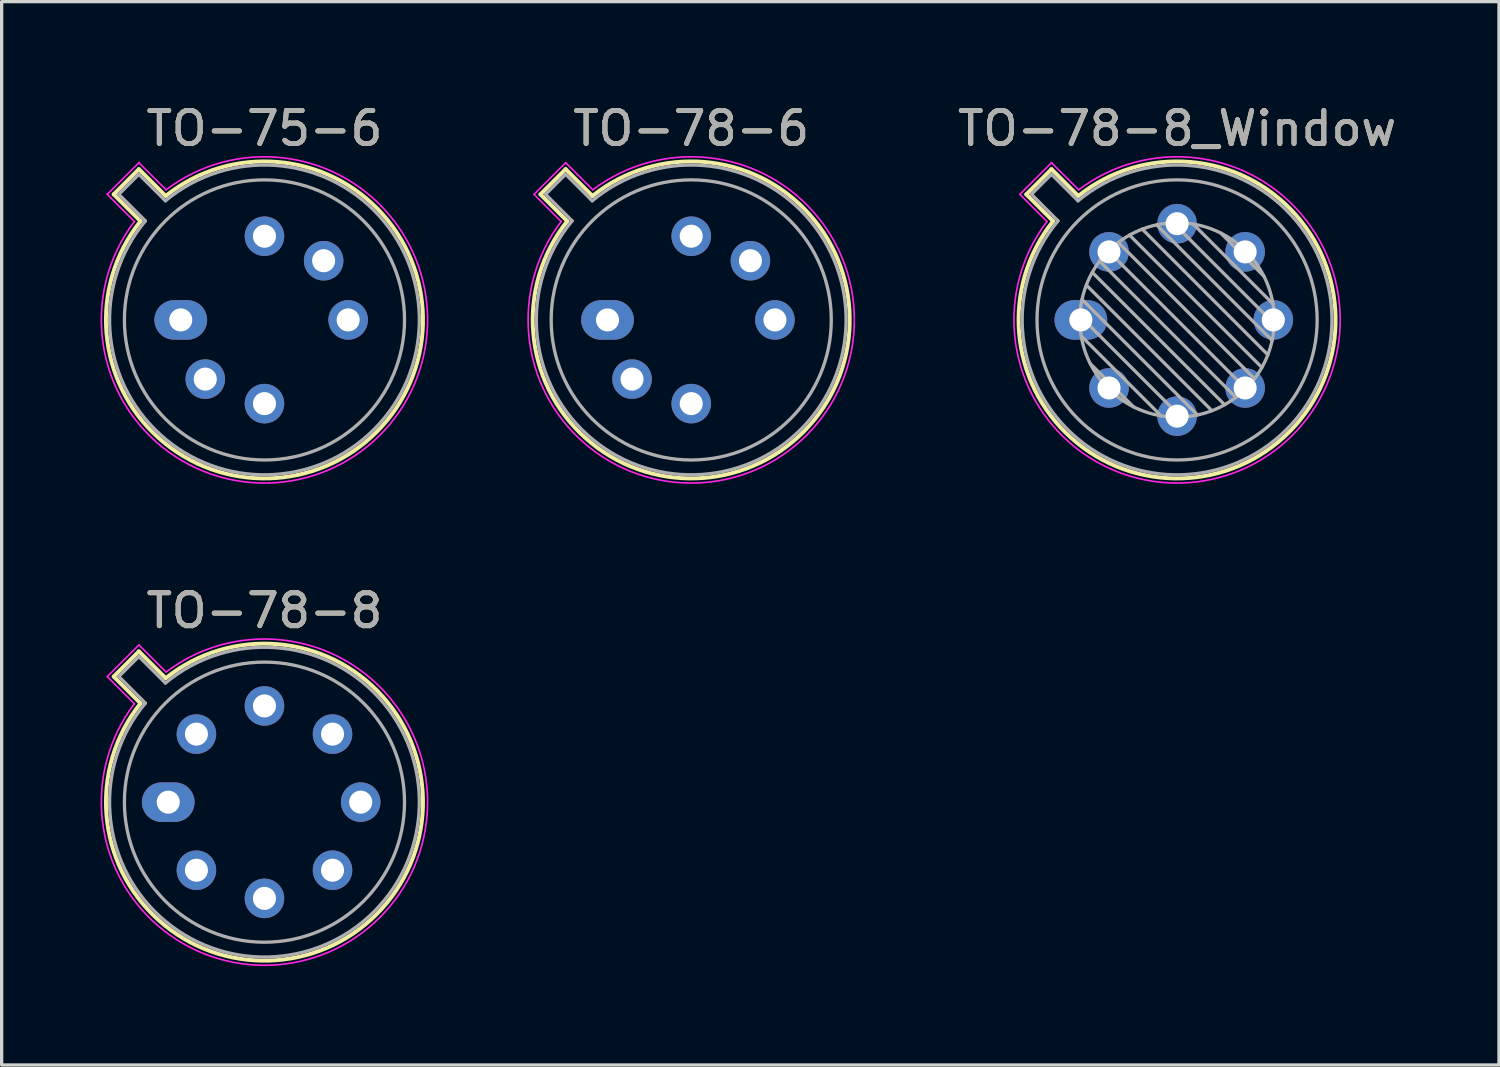
<source format=kicad_pcb>
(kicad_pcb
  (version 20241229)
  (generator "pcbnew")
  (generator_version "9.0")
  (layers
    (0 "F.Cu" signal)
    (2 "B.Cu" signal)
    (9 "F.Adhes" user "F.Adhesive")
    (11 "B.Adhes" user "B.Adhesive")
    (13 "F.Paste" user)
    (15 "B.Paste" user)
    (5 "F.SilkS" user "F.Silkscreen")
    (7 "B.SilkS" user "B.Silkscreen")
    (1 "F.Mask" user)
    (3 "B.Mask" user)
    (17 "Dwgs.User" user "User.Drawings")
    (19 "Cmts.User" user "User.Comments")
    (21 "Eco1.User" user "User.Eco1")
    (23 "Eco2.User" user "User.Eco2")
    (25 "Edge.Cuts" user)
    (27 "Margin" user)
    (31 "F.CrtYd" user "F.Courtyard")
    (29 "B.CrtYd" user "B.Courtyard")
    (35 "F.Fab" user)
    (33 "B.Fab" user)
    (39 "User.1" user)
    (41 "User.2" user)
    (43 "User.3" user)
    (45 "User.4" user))
  (footprint "TO-78-8"
    (layer "F.Cu")
    (at 2.055 21.291)
    (property "Reference" "TO-78-8" (at 2.92 -5.81 0) (layer "F.SilkS") (effects (font (size 1 1) (thickness 0.15))))
    (attr through_hole)
    (fp_line (start -1.655 -3.811) (end -0.842 -2.998) (stroke (width 0.12) (type solid)) (layer "F.SilkS"))
    (fp_line (start -0.891 -4.575) (end -1.655 -3.811) (stroke (width 0.12) (type solid)) (layer "F.SilkS"))
    (fp_line (start -0.078 -3.762) (end -0.891 -4.575) (stroke (width 0.12) (type solid)) (layer "F.SilkS"))
    (fp_arc (start -0.077844 -3.76152) (mid 6.321184 3.401184) (end -0.84152 -2.997844) (stroke (width 0.12) (type solid)) (layer "F.SilkS"))
    (fp_line (start -1.851 -3.81) (end -1.028 -2.986) (stroke (width 0.05) (type solid)) (layer "F.CrtYd"))
    (fp_line (start -0.89 -4.771) (end -1.851 -3.81) (stroke (width 0.05) (type solid)) (layer "F.CrtYd"))
    (fp_line (start -0.066 -3.948) (end -0.89 -4.771) (stroke (width 0.05) (type solid)) (layer "F.CrtYd"))
    (fp_arc (start -0.066162 -3.947827) (mid 6.420179 3.500179) (end -1.027827 -2.986162) (stroke (width 0.05) (type solid)) (layer "F.CrtYd"))
    (fp_line (start -1.5 -3.812) (end -0.694 -3.005) (stroke (width 0.1) (type solid)) (layer "F.Fab"))
    (fp_line (start -0.892 -4.42) (end -1.5 -3.812) (stroke (width 0.1) (type solid)) (layer "F.Fab"))
    (fp_line (start -0.085 -3.614) (end -0.892 -4.42) (stroke (width 0.1) (type solid)) (layer "F.Fab"))
    (fp_arc (start -0.085408 -3.61352) (mid 6.243402 3.323402) (end -0.69352 -3.005408) (stroke (width 0.1) (type solid)) (layer "F.Fab"))
    (fp_circle (center 2.92 0) (end 7.17 0) (stroke (width 0.1) (type solid)) (fill no) (layer "F.Fab"))
    (fp_text user "${REFERENCE}" (at 2.92 -5.81 0) (layer "F.Fab") (effects (font (size 1 1) (thickness 0.15))))
    (pad "1" thru_hole oval (at 0 0) (size 1.6 1.2) (drill 0.7) (layers "*.Cu" "*.Mask"))
    (pad "2" thru_hole circle (at 0.855 2.065) (size 1.2 1.2) (drill 0.7) (layers "*.Cu" "*.Mask"))
    (pad "3" thru_hole circle (at 2.92 2.92) (size 1.2 1.2) (drill 0.7) (layers "*.Cu" "*.Mask"))
    (pad "4" thru_hole circle (at 4.985 2.065) (size 1.2 1.2) (drill 0.7) (layers "*.Cu" "*.Mask"))
    (pad "5" thru_hole circle (at 5.84 0) (size 1.2 1.2) (drill 0.7) (layers "*.Cu" "*.Mask"))
    (pad "6" thru_hole circle (at 4.985 -2.065) (size 1.2 1.2) (drill 0.7) (layers "*.Cu" "*.Mask"))
    (pad "7" thru_hole circle (at 2.92 -2.92) (size 1.2 1.2) (drill 0.7) (layers "*.Cu" "*.Mask"))
    (pad "8" thru_hole circle (at 0.855 -2.065) (size 1.2 1.2) (drill 0.7) (layers "*.Cu" "*.Mask")))
  (footprint "TO-78-8_Window"
    (layer "F.Cu")
    (at 29.748 6.658)
    (property "Reference" "TO-78-8_Window" (at 2.92 -5.81 0) (layer "F.SilkS") (effects (font (size 1 1) (thickness 0.15))))
    (attr through_hole)
    (fp_line (start -1.655 -3.811) (end -0.842 -2.998) (stroke (width 0.12) (type solid)) (layer "F.SilkS"))
    (fp_line (start -0.891 -4.575) (end -1.655 -3.811) (stroke (width 0.12) (type solid)) (layer "F.SilkS"))
    (fp_line (start -0.078 -3.762) (end -0.891 -4.575) (stroke (width 0.12) (type solid)) (layer "F.SilkS"))
    (fp_arc (start -0.077844 -3.76152) (mid 6.321184 3.401184) (end -0.84152 -2.997844) (stroke (width 0.12) (type solid)) (layer "F.SilkS"))
    (fp_line (start -1.851 -3.81) (end -1.028 -2.986) (stroke (width 0.05) (type solid)) (layer "F.CrtYd"))
    (fp_line (start -0.89 -4.771) (end -1.851 -3.81) (stroke (width 0.05) (type solid)) (layer "F.CrtYd"))
    (fp_line (start -0.066 -3.948) (end -0.89 -4.771) (stroke (width 0.05) (type solid)) (layer "F.CrtYd"))
    (fp_arc (start -0.066162 -3.947827) (mid 6.420179 3.500179) (end -1.027827 -2.986162) (stroke (width 0.05) (type solid)) (layer "F.CrtYd"))
    (fp_line (start -1.5 -3.812) (end -0.694 -3.005) (stroke (width 0.1) (type solid)) (layer "F.Fab"))
    (fp_line (start -0.892 -4.42) (end -1.5 -3.812) (stroke (width 0.1) (type solid)) (layer "F.Fab"))
    (fp_line (start -0.085 -3.614) (end -0.892 -4.42) (stroke (width 0.1) (type solid)) (layer "F.Fab"))
    (fp_line (start -0.028 -0.12) (end 3.04 2.948) (stroke (width 0.1) (type solid)) (layer "F.Fab"))
    (fp_line (start 0.009 0.485) (end 2.435 2.911) (stroke (width 0.1) (type solid)) (layer "F.Fab"))
    (fp_line (start 0.036 -0.622) (end 3.542 2.884) (stroke (width 0.1) (type solid)) (layer "F.Fab"))
    (fp_line (start 0.165 -1.058) (end 3.978 2.755) (stroke (width 0.1) (type solid)) (layer "F.Fab"))
    (fp_line (start 0.283 1.324) (end 1.596 2.637) (stroke (width 0.1) (type solid)) (layer "F.Fab"))
    (fp_line (start 0.346 -1.443) (end 4.363 2.574) (stroke (width 0.1) (type solid)) (layer "F.Fab"))
    (fp_line (start 0.57 -1.784) (end 4.704 2.35) (stroke (width 0.1) (type solid)) (layer "F.Fab"))
    (fp_line (start 0.834 -2.086) (end 5.006 2.086) (stroke (width 0.1) (type solid)) (layer "F.Fab"))
    (fp_line (start 1.136 -2.35) (end 5.27 1.784) (stroke (width 0.1) (type solid)) (layer "F.Fab"))
    (fp_line (start 1.477 -2.574) (end 5.494 1.443) (stroke (width 0.1) (type solid)) (layer "F.Fab"))
    (fp_line (start 1.862 -2.755) (end 5.675 1.058) (stroke (width 0.1) (type solid)) (layer "F.Fab"))
    (fp_line (start 2.298 -2.884) (end 5.804 0.622) (stroke (width 0.1) (type solid)) (layer "F.Fab"))
    (fp_line (start 2.8 -2.948) (end 5.868 0.12) (stroke (width 0.1) (type solid)) (layer "F.Fab"))
    (fp_line (start 3.405 -2.911) (end 5.831 -0.485) (stroke (width 0.1) (type solid)) (layer "F.Fab"))
    (fp_line (start 4.244 -2.637) (end 5.557 -1.324) (stroke (width 0.1) (type solid)) (layer "F.Fab"))
    (fp_arc (start -0.085408 -3.61352) (mid 6.243402 3.323402) (end -0.69352 -3.005408) (stroke (width 0.1) (type solid)) (layer "F.Fab"))
    (fp_circle (center 2.92 0) (end 5.87 0) (stroke (width 0.1) (type solid)) (fill no) (layer "F.Fab"))
    (fp_circle (center 2.92 0) (end 7.17 0) (stroke (width 0.1) (type solid)) (fill no) (layer "F.Fab"))
    (fp_text user "${REFERENCE}" (at 2.92 -5.81 0) (layer "F.Fab") (effects (font (size 1 1) (thickness 0.15))))
    (pad "1" thru_hole oval (at 0 0) (size 1.6 1.2) (drill 0.7) (layers "*.Cu" "*.Mask"))
    (pad "2" thru_hole circle (at 0.855 2.065) (size 1.2 1.2) (drill 0.7) (layers "*.Cu" "*.Mask"))
    (pad "3" thru_hole circle (at 2.92 2.92) (size 1.2 1.2) (drill 0.7) (layers "*.Cu" "*.Mask"))
    (pad "4" thru_hole circle (at 4.985 2.065) (size 1.2 1.2) (drill 0.7) (layers "*.Cu" "*.Mask"))
    (pad "5" thru_hole circle (at 5.84 0) (size 1.2 1.2) (drill 0.7) (layers "*.Cu" "*.Mask"))
    (pad "6" thru_hole circle (at 4.985 -2.065) (size 1.2 1.2) (drill 0.7) (layers "*.Cu" "*.Mask"))
    (pad "7" thru_hole circle (at 2.92 -2.92) (size 1.2 1.2) (drill 0.7) (layers "*.Cu" "*.Mask"))
    (pad "8" thru_hole circle (at 0.855 -2.065) (size 1.2 1.2) (drill 0.7) (layers "*.Cu" "*.Mask")))
  (footprint "TO-78-6"
    (layer "F.Cu")
    (at 15.385 6.658)
    (property "Reference" "TO-78-6" (at 2.54 -5.81 0) (layer "F.SilkS") (effects (font (size 1 1) (thickness 0.15))))
    (attr through_hole)
    (fp_line (start -2.035 -3.811) (end -1.222 -2.998) (stroke (width 0.12) (type solid)) (layer "F.SilkS"))
    (fp_line (start -1.271 -4.575) (end -2.035 -3.811) (stroke (width 0.12) (type solid)) (layer "F.SilkS"))
    (fp_line (start -0.458 -3.762) (end -1.271 -4.575) (stroke (width 0.12) (type solid)) (layer "F.SilkS"))
    (fp_arc (start -0.457844 -3.76152) (mid 5.941184 3.401184) (end -1.22152 -2.997844) (stroke (width 0.12) (type solid)) (layer "F.SilkS"))
    (fp_line (start -2.231 -3.81) (end -1.408 -2.986) (stroke (width 0.05) (type solid)) (layer "F.CrtYd"))
    (fp_line (start -1.27 -4.771) (end -2.231 -3.81) (stroke (width 0.05) (type solid)) (layer "F.CrtYd"))
    (fp_line (start -0.446 -3.948) (end -1.27 -4.771) (stroke (width 0.05) (type solid)) (layer "F.CrtYd"))
    (fp_arc (start -0.446162 -3.947827) (mid 6.040179 3.500179) (end -1.407827 -2.986162) (stroke (width 0.05) (type solid)) (layer "F.CrtYd"))
    (fp_line (start -1.88 -3.812) (end -1.074 -3.005) (stroke (width 0.1) (type solid)) (layer "F.Fab"))
    (fp_line (start -1.272 -4.42) (end -1.88 -3.812) (stroke (width 0.1) (type solid)) (layer "F.Fab"))
    (fp_line (start -0.465 -3.614) (end -1.272 -4.42) (stroke (width 0.1) (type solid)) (layer "F.Fab"))
    (fp_arc (start -0.465408 -3.61352) (mid 5.863402 3.323402) (end -1.07352 -3.005408) (stroke (width 0.1) (type solid)) (layer "F.Fab"))
    (fp_circle (center 2.54 0) (end 6.79 0) (stroke (width 0.1) (type solid)) (fill no) (layer "F.Fab"))
    (fp_text user "${REFERENCE}" (at 2.54 -5.81 0) (layer "F.Fab") (effects (font (size 1 1) (thickness 0.15))))
    (pad "1" thru_hole oval (at 0 0) (size 1.6 1.2) (drill 0.7) (layers "*.Cu" "*.Mask"))
    (pad "2" thru_hole circle (at 0.744 1.796) (size 1.2 1.2) (drill 0.7) (layers "*.Cu" "*.Mask"))
    (pad "3" thru_hole circle (at 2.54 2.54) (size 1.2 1.2) (drill 0.7) (layers "*.Cu" "*.Mask"))
    (pad "4" thru_hole circle (at 5.08 0) (size 1.2 1.2) (drill 0.7) (layers "*.Cu" "*.Mask"))
    (pad "5" thru_hole circle (at 4.336 -1.796) (size 1.2 1.2) (drill 0.7) (layers "*.Cu" "*.Mask"))
    (pad "6" thru_hole circle (at 2.54 -2.54) (size 1.2 1.2) (drill 0.7) (layers "*.Cu" "*.Mask")))
  (footprint "TO-75-6"
    (layer "F.Cu")
    (at 2.435 6.658)
    (property "Reference" "TO-75-6" (at 2.54 -5.81 0) (layer "F.SilkS") (effects (font (size 1 1) (thickness 0.15))))
    (attr through_hole)
    (fp_line (start -2.035 -3.811) (end -1.222 -2.998) (stroke (width 0.12) (type solid)) (layer "F.SilkS"))
    (fp_line (start -1.271 -4.575) (end -2.035 -3.811) (stroke (width 0.12) (type solid)) (layer "F.SilkS"))
    (fp_line (start -0.458 -3.762) (end -1.271 -4.575) (stroke (width 0.12) (type solid)) (layer "F.SilkS"))
    (fp_arc (start -0.457844 -3.76152) (mid 5.941184 3.401184) (end -1.22152 -2.997844) (stroke (width 0.12) (type solid)) (layer "F.SilkS"))
    (fp_line (start -2.231 -3.81) (end -1.408 -2.986) (stroke (width 0.05) (type solid)) (layer "F.CrtYd"))
    (fp_line (start -1.27 -4.771) (end -2.231 -3.81) (stroke (width 0.05) (type solid)) (layer "F.CrtYd"))
    (fp_line (start -0.446 -3.948) (end -1.27 -4.771) (stroke (width 0.05) (type solid)) (layer "F.CrtYd"))
    (fp_arc (start -0.446162 -3.947827) (mid 6.040179 3.500179) (end -1.407827 -2.986162) (stroke (width 0.05) (type solid)) (layer "F.CrtYd"))
    (fp_line (start -1.88 -3.812) (end -1.074 -3.005) (stroke (width 0.1) (type solid)) (layer "F.Fab"))
    (fp_line (start -1.272 -4.42) (end -1.88 -3.812) (stroke (width 0.1) (type solid)) (layer "F.Fab"))
    (fp_line (start -0.465 -3.614) (end -1.272 -4.42) (stroke (width 0.1) (type solid)) (layer "F.Fab"))
    (fp_arc (start -0.465408 -3.61352) (mid 5.863402 3.323402) (end -1.07352 -3.005408) (stroke (width 0.1) (type solid)) (layer "F.Fab"))
    (fp_circle (center 2.54 0) (end 6.79 0) (stroke (width 0.1) (type solid)) (fill no) (layer "F.Fab"))
    (fp_text user "${REFERENCE}" (at 2.54 -5.81 0) (layer "F.Fab") (effects (font (size 1 1) (thickness 0.15))))
    (pad "1" thru_hole oval (at 0 0) (size 1.6 1.2) (drill 0.7) (layers "*.Cu" "*.Mask"))
    (pad "2" thru_hole circle (at 0.744 1.796) (size 1.2 1.2) (drill 0.7) (layers "*.Cu" "*.Mask"))
    (pad "3" thru_hole circle (at 2.54 2.54) (size 1.2 1.2) (drill 0.7) (layers "*.Cu" "*.Mask"))
    (pad "4" thru_hole circle (at 5.08 0) (size 1.2 1.2) (drill 0.7) (layers "*.Cu" "*.Mask"))
    (pad "5" thru_hole circle (at 4.336 -1.796) (size 1.2 1.2) (drill 0.7) (layers "*.Cu" "*.Mask"))
    (pad "6" thru_hole circle (at 2.54 -2.54) (size 1.2 1.2) (drill 0.7) (layers "*.Cu" "*.Mask")))
  (gr_rect
    (start -3 -3)
    (end 42.436 29.267)
    (stroke (width 0.1) (type default))
    (fill no)
    (layer "Edge.Cuts")))
</source>
